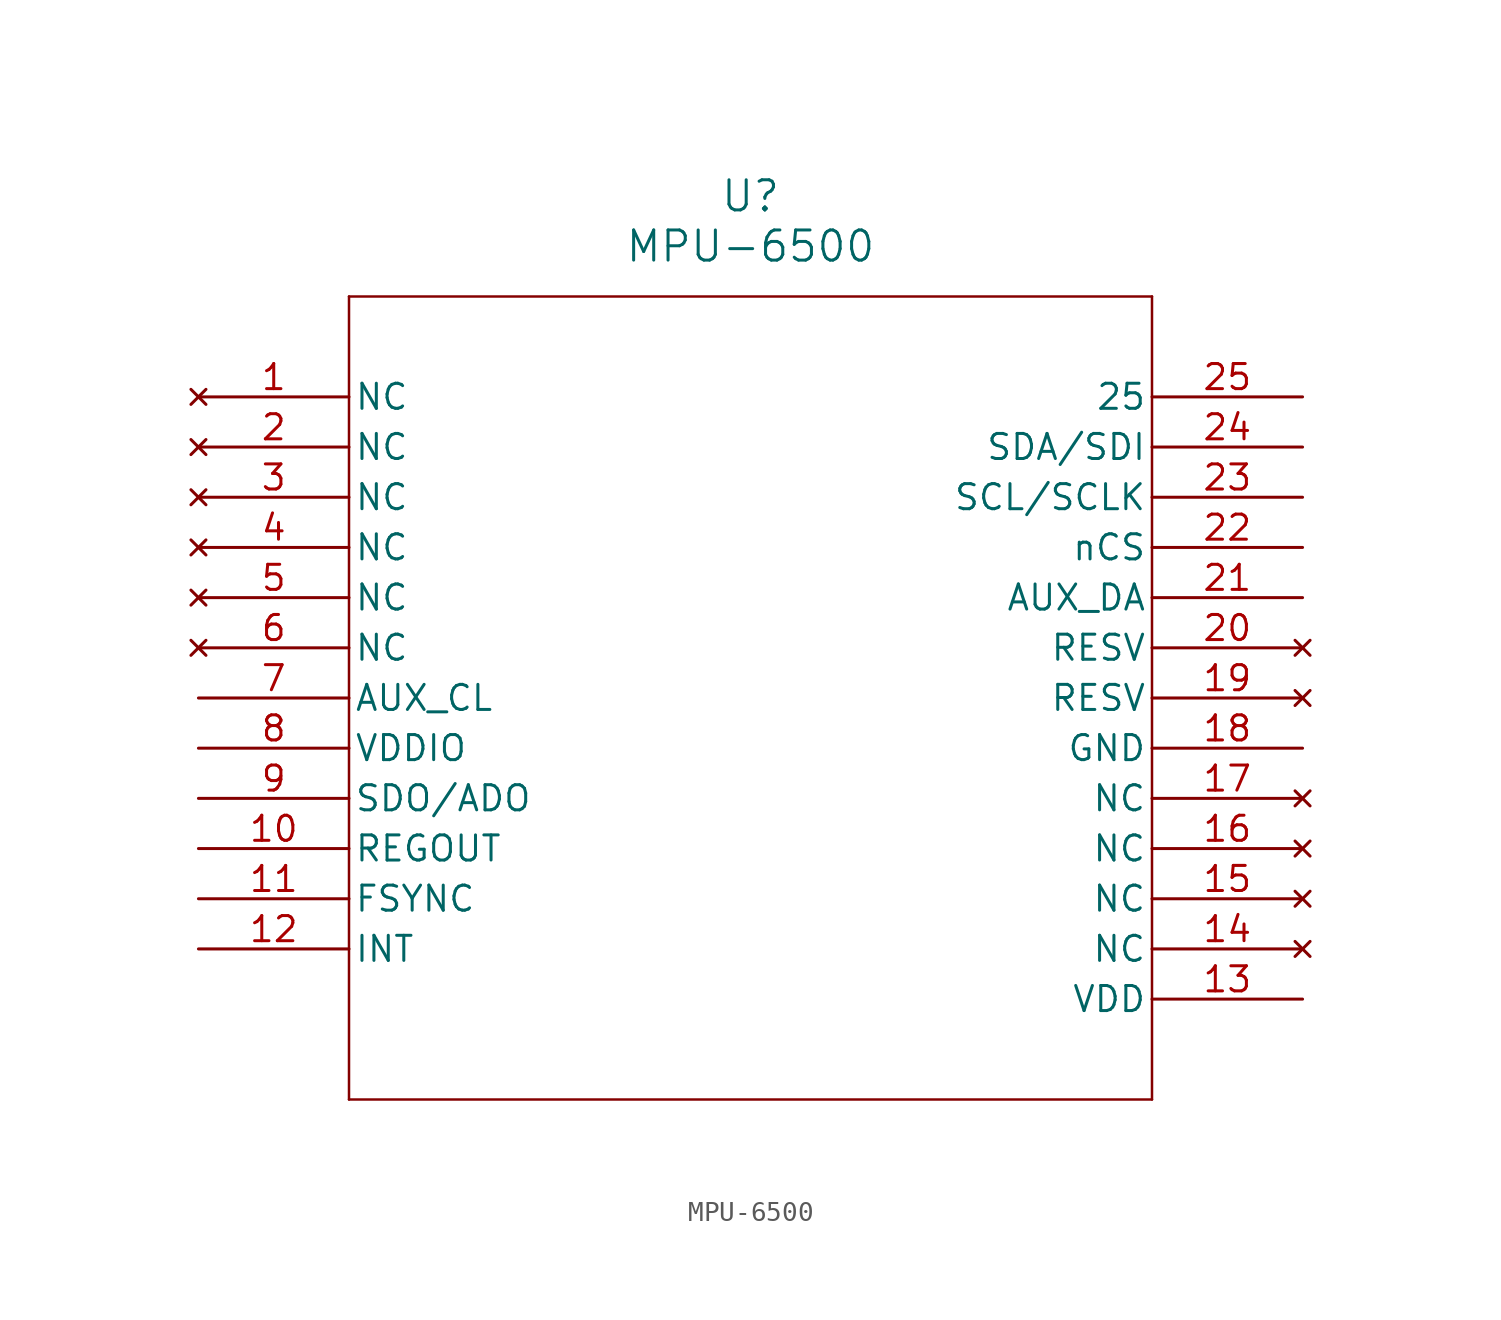
<source format=kicad_sym>
(kicad_symbol_lib
  (version 20211014)
  (generator kicad_symbol_editor)
  (symbol "MPU-6500"
    (pin_names
      (offset 0.254))
    (property "Reference" "U"
      (at 27.94 10.16 0)
      (effects (font (size 1.524 1.524))))
    (property "Value" "MPU-6500"
      (at 27.94 7.62 0)
      (effects (font (size 1.524 1.524))))
    (symbol "MPU-6500_0_1"
      (polyline (pts (xy 7.62 5.08) (xy 7.62 -35.56)) (stroke (width 0.127) (type default) (color 0 0 0 0)) (fill (type none)))
      (polyline (pts (xy 7.62 -35.56) (xy 48.26 -35.56)) (stroke (width 0.127) (type default) (color 0 0 0 0)) (fill (type none)))
      (polyline (pts (xy 48.26 -35.56) (xy 48.26 5.08)) (stroke (width 0.127) (type default) (color 0 0 0 0)) (fill (type none)))
      (polyline (pts (xy 48.26 5.08) (xy 7.62 5.08)) (stroke (width 0.127) (type default) (color 0 0 0 0)) (fill (type none)))
      (pin no_connect line (at 0 0 0) (length 7.62) (name "NC" (effects (font (size 1.27 1.27)))) (number "1" (effects (font (size 1.27 1.27)))))
      (pin no_connect line (at 0 -2.54 0) (length 7.62) (name "NC" (effects (font (size 1.27 1.27)))) (number "2" (effects (font (size 1.27 1.27)))))
      (pin no_connect line (at 0 -5.08 0) (length 7.62) (name "NC" (effects (font (size 1.27 1.27)))) (number "3" (effects (font (size 1.27 1.27)))))
      (pin no_connect line (at 0 -7.62 0) (length 7.62) (name "NC" (effects (font (size 1.27 1.27)))) (number "4" (effects (font (size 1.27 1.27)))))
      (pin no_connect line (at 0 -10.16 0) (length 7.62) (name "NC" (effects (font (size 1.27 1.27)))) (number "5" (effects (font (size 1.27 1.27)))))
      (pin no_connect line (at 0 -12.7 0) (length 7.62) (name "NC" (effects (font (size 1.27 1.27)))) (number "6" (effects (font (size 1.27 1.27)))))
      (pin unspecified line (at 0 -15.24 0) (length 7.62) (name "AUX_CL" (effects (font (size 1.27 1.27)))) (number "7" (effects (font (size 1.27 1.27)))))
      (pin power_in line (at 0 -17.78 0) (length 7.62) (name "VDDIO" (effects (font (size 1.27 1.27)))) (number "8" (effects (font (size 1.27 1.27)))))
      (pin unspecified line (at 0 -20.32 0) (length 7.62) (name "SDO/ADO" (effects (font (size 1.27 1.27)))) (number "9" (effects (font (size 1.27 1.27)))))
      (pin unspecified line (at 0 -22.86 0) (length 7.62) (name "REGOUT" (effects (font (size 1.27 1.27)))) (number "10" (effects (font (size 1.27 1.27)))))
      (pin input line (at 0 -25.4 0) (length 7.62) (name "FSYNC" (effects (font (size 1.27 1.27)))) (number "11" (effects (font (size 1.27 1.27)))))
      (pin output line (at 0 -27.94 0) (length 7.62) (name "INT" (effects (font (size 1.27 1.27)))) (number "12" (effects (font (size 1.27 1.27)))))
      (pin power_in line (at 55.88 -30.48 180) (length 7.62) (name "VDD" (effects (font (size 1.27 1.27)))) (number "13" (effects (font (size 1.27 1.27)))))
      (pin no_connect line (at 55.88 -27.94 180) (length 7.62) (name "NC" (effects (font (size 1.27 1.27)))) (number "14" (effects (font (size 1.27 1.27)))))
      (pin no_connect line (at 55.88 -25.4 180) (length 7.62) (name "NC" (effects (font (size 1.27 1.27)))) (number "15" (effects (font (size 1.27 1.27)))))
      (pin no_connect line (at 55.88 -22.86 180) (length 7.62) (name "NC" (effects (font (size 1.27 1.27)))) (number "16" (effects (font (size 1.27 1.27)))))
      (pin no_connect line (at 55.88 -20.32 180) (length 7.62) (name "NC" (effects (font (size 1.27 1.27)))) (number "17" (effects (font (size 1.27 1.27)))))
      (pin power_out line (at 55.88 -17.78 180) (length 7.62) (name "GND" (effects (font (size 1.27 1.27)))) (number "18" (effects (font (size 1.27 1.27)))))
      (pin no_connect line (at 55.88 -15.24 180) (length 7.62) (name "RESV" (effects (font (size 1.27 1.27)))) (number "19" (effects (font (size 1.27 1.27)))))
      (pin no_connect line (at 55.88 -12.7 180) (length 7.62) (name "RESV" (effects (font (size 1.27 1.27)))) (number "20" (effects (font (size 1.27 1.27)))))
      (pin unspecified line (at 55.88 -10.16 180) (length 7.62) (name "AUX_DA" (effects (font (size 1.27 1.27)))) (number "21" (effects (font (size 1.27 1.27)))))
      (pin unspecified line (at 55.88 -7.62 180) (length 7.62) (name "nCS" (effects (font (size 1.27 1.27)))) (number "22" (effects (font (size 1.27 1.27)))))
      (pin unspecified line (at 55.88 -5.08 180) (length 7.62) (name "SCL/SCLK" (effects (font (size 1.27 1.27)))) (number "23" (effects (font (size 1.27 1.27)))))
      (pin unspecified line (at 55.88 -2.54 180) (length 7.62) (name "SDA/SDI" (effects (font (size 1.27 1.27)))) (number "24" (effects (font (size 1.27 1.27)))))
      (pin unspecified line (at 55.88 0 180) (length 7.62) (name "25" (effects (font (size 1.27 1.27)))) (number "25" (effects (font (size 1.27 1.27))))))))
</source>
